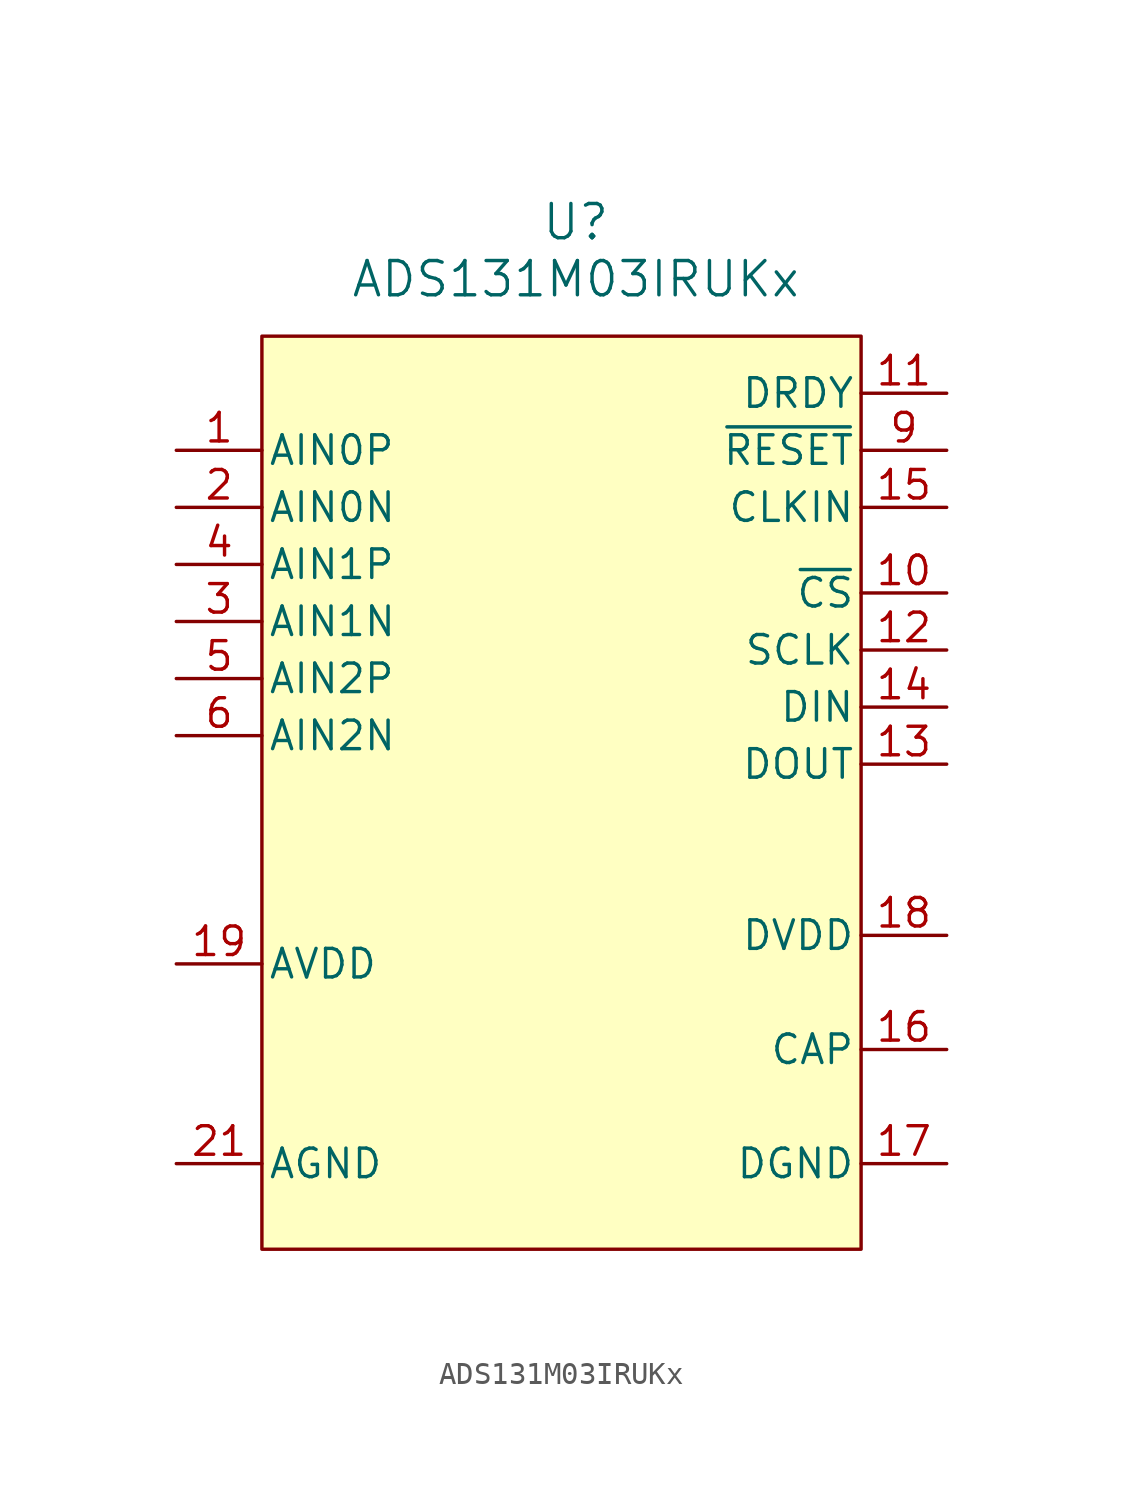
<source format=kicad_sym>
(kicad_symbol_lib
  (version 20231120)
  (generator "kicad_symbol_editor")
  (generator_version "8.0")
  (symbol "ADS131M03IRUKx"
    (pin_names
      (offset 0.254))
    (property "Reference" "U"
      (at 0 24.13 0)
      (effects (font (size 1.524 1.524))))
    (property "Value" "ADS131M03IRUKx"
      (at 0 21.59 0)
      (effects (font (size 1.524 1.524))))
    (symbol "ADS131M03IRUKx_1_1"
      (rectangle (start -13.97 19.05) (end 12.7 -21.59) (stroke (width 0) (type default)) (fill (type background)))
      (pin input line (at -17.78 13.97 0) (length 3.81) (name "AIN0P" (effects (font (size 1.27 1.27)))) (number "1" (effects (font (size 1.27 1.27)))))
      (pin input line (at 16.51 7.62 180) (length 3.81) (name "~{CS}" (effects (font (size 1.27 1.27)))) (number "10" (effects (font (size 1.27 1.27)))))
      (pin output line (at 16.51 16.51 180) (length 3.81) (name "DRDY" (effects (font (size 1.27 1.27)))) (number "11" (effects (font (size 1.27 1.27)))))
      (pin input line (at 16.51 5.08 180) (length 3.81) (name "SCLK" (effects (font (size 1.27 1.27)))) (number "12" (effects (font (size 1.27 1.27)))))
      (pin output line (at 16.51 0 180) (length 3.81) (name "DOUT" (effects (font (size 1.27 1.27)))) (number "13" (effects (font (size 1.27 1.27)))))
      (pin input line (at 16.51 2.54 180) (length 3.81) (name "DIN" (effects (font (size 1.27 1.27)))) (number "14" (effects (font (size 1.27 1.27)))))
      (pin input line (at 16.51 11.43 180) (length 3.81) (name "CLKIN" (effects (font (size 1.27 1.27)))) (number "15" (effects (font (size 1.27 1.27)))))
      (pin passive line (at 16.51 -12.7 180) (length 3.81) (name "CAP" (effects (font (size 1.27 1.27)))) (number "16" (effects (font (size 1.27 1.27)))))
      (pin power_in line (at 16.51 -17.78 180) (length 3.81) (name "DGND" (effects (font (size 1.27 1.27)))) (number "17" (effects (font (size 1.27 1.27)))))
      (pin power_in line (at 16.51 -7.62 180) (length 3.81) (name "DVDD" (effects (font (size 1.27 1.27)))) (number "18" (effects (font (size 1.27 1.27)))))
      (pin power_in line (at -17.78 -8.89 0) (length 3.81) (name "AVDD" (effects (font (size 1.27 1.27)))) (number "19" (effects (font (size 1.27 1.27)))))
      (pin input line (at -17.78 11.43 0) (length 3.81) (name "AIN0N" (effects (font (size 1.27 1.27)))) (number "2" (effects (font (size 1.27 1.27)))))
      (pin power_in line (at -17.78 -17.78 0) (length 3.81) hide (name "AGND" (effects (font (size 1.27 1.27)))) (number "20" (effects (font (size 1.27 1.27)))))
      (pin power_in line (at -17.78 -17.78 0) (length 3.81) (name "AGND" (effects (font (size 1.27 1.27)))) (number "21" (effects (font (size 1.27 1.27)))))
      (pin input line (at -17.78 6.35 0) (length 3.81) (name "AIN1N" (effects (font (size 1.27 1.27)))) (number "3" (effects (font (size 1.27 1.27)))))
      (pin input line (at -17.78 8.89 0) (length 3.81) (name "AIN1P" (effects (font (size 1.27 1.27)))) (number "4" (effects (font (size 1.27 1.27)))))
      (pin input line (at -17.78 3.81 0) (length 3.81) (name "AIN2P" (effects (font (size 1.27 1.27)))) (number "5" (effects (font (size 1.27 1.27)))))
      (pin input line (at -17.78 1.27 0) (length 3.81) (name "AIN2N" (effects (font (size 1.27 1.27)))) (number "6" (effects (font (size 1.27 1.27)))))
      (pin no_connect line (at 0 -5.08 90) (length 3.81) hide (name "NC" (effects (font (size 1.27 1.27)))) (number "7" (effects (font (size 1.27 1.27)))))
      (pin no_connect line (at 0 6.35 90) (length 3.81) hide (name "NC" (effects (font (size 1.27 1.27)))) (number "8" (effects (font (size 1.27 1.27)))))
      (pin input line (at 16.51 13.97 180) (length 3.81) (name "~{RESET}" (effects (font (size 1.27 1.27)))) (number "9" (effects (font (size 1.27 1.27)))) (alternate "~{SYNC}" input line)))))
</source>
